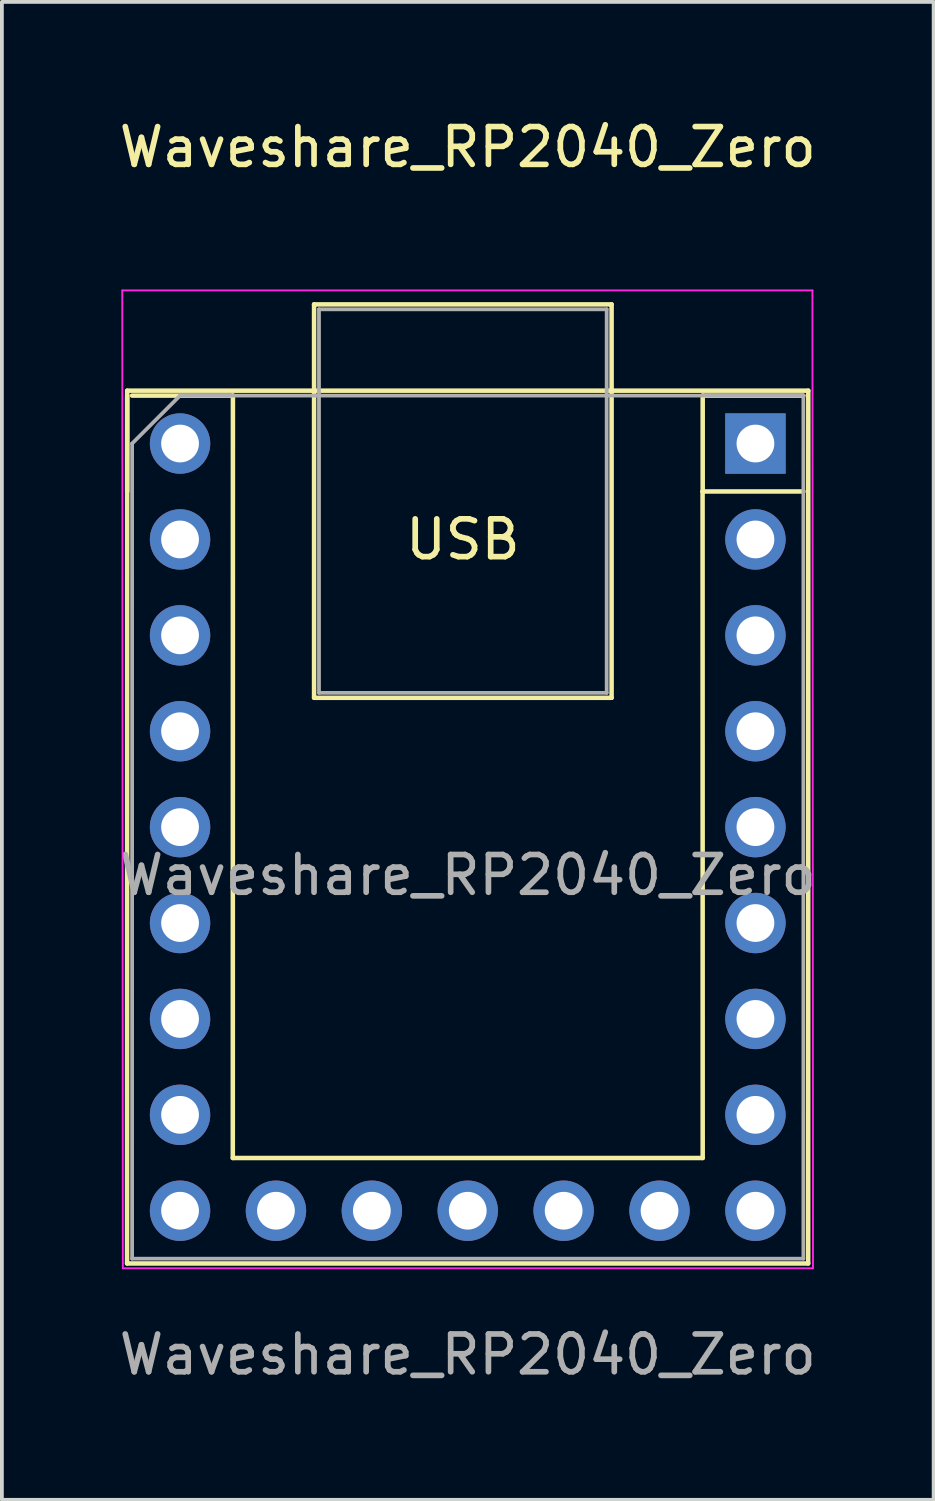
<source format=kicad_pcb>
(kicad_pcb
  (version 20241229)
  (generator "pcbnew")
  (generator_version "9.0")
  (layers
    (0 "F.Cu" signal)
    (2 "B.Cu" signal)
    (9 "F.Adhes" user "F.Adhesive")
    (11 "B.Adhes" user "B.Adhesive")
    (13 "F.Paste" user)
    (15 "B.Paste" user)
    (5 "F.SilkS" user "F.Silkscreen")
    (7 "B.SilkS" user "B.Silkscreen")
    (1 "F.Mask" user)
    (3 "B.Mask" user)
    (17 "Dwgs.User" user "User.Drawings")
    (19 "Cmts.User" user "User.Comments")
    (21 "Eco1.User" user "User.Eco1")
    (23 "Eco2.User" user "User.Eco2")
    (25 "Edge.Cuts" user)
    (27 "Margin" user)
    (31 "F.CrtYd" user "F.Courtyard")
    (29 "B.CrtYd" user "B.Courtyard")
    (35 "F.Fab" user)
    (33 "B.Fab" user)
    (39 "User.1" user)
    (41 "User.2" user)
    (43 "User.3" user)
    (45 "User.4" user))
  (footprint "Waveshare_RP2040_Zero"
    (layer "F.Cu")
    (at 9.339 29.018)
    (property "Reference" "Waveshare_RP2040_Zero" (at 0 -28.17 0) (unlocked yes) (layer "F.SilkS") (effects (font (size 1 1) (thickness 0.15))))
    (attr smd)
    (fp_line (start -9.023 1.397) (end 9.017 1.397) (stroke (width 0.12) (type solid)) (layer "F.SilkS"))
    (fp_line (start -9.02 -21.72) (end -9.02 -19.05) (stroke (width 0.12) (type solid)) (layer "F.SilkS"))
    (fp_line (start -9.02 -21.59) (end -9.023 1.397) (stroke (width 0.12) (type solid)) (layer "F.SilkS"))
    (fp_line (start -8.89 -21.59) (end -6.22 -21.59) (stroke (width 0.12) (type solid)) (layer "F.SilkS"))
    (fp_line (start -6.223 -1.397) (end 6.223 -1.397) (stroke (width 0.12) (type solid)) (layer "F.SilkS"))
    (fp_line (start -6.22 -21.59) (end -6.223 -1.397) (stroke (width 0.12) (type solid)) (layer "F.SilkS"))
    (fp_line (start -4.07 -24.006) (end 3.81 -24.006) (stroke (width 0.12) (type solid)) (layer "F.SilkS"))
    (fp_line (start -4.07 -13.586) (end -4.07 -24.006) (stroke (width 0.12) (type solid)) (layer "F.SilkS"))
    (fp_line (start 3.81 -24.006) (end 3.81 -13.586) (stroke (width 0.12) (type solid)) (layer "F.SilkS"))
    (fp_line (start 3.81 -13.586) (end -4.07 -13.586) (stroke (width 0.12) (type solid)) (layer "F.SilkS"))
    (fp_line (start 6.22 -19.05) (end 6.223 -1.397) (stroke (width 0.12) (type solid)) (layer "F.SilkS"))
    (fp_line (start 6.223 -19.05) (end 6.223 -21.59) (stroke (width 0.12) (type solid)) (layer "F.SilkS"))
    (fp_line (start 8.89 -21.59) (end 6.22 -21.59) (stroke (width 0.12) (type solid)) (layer "F.SilkS"))
    (fp_line (start 8.89 -19.05) (end 6.22 -19.05) (stroke (width 0.12) (type solid)) (layer "F.SilkS"))
    (fp_line (start 9.017 1.397) (end 9.02 -21.72) (stroke (width 0.12) (type solid)) (layer "F.SilkS"))
    (fp_line (start 9.02 -21.72) (end -9.02 -21.72) (stroke (width 0.12) (type solid)) (layer "F.SilkS"))
    (fp_line (start -9.15 -24.376) (end -9.136 1.524) (stroke (width 0.05) (type solid)) (layer "F.CrtYd"))
    (fp_line (start -9.15 -24.376) (end 9.13 -24.376) (stroke (width 0.05) (type solid)) (layer "F.CrtYd"))
    (fp_line (start 9.144 1.524) (end -9.136 1.524) (stroke (width 0.05) (type solid)) (layer "F.CrtYd"))
    (fp_line (start 9.144 1.524) (end 9.13 -24.376) (stroke (width 0.05) (type solid)) (layer "F.CrtYd"))
    (fp_line (start -8.89 -20.32) (end -7.62 -21.59) (stroke (width 0.1) (type solid)) (layer "F.Fab"))
    (fp_line (start -8.89 1.27) (end -8.89 -20.32) (stroke (width 0.1) (type solid)) (layer "F.Fab"))
    (fp_line (start -7.62 -21.59) (end 8.89 -21.59) (stroke (width 0.1) (type solid)) (layer "F.Fab"))
    (fp_line (start -3.94 -23.876) (end 3.68 -23.876) (stroke (width 0.1) (type solid)) (layer "F.Fab"))
    (fp_line (start -3.94 -13.716) (end -3.94 -23.876) (stroke (width 0.1) (type solid)) (layer "F.Fab"))
    (fp_line (start 3.68 -23.876) (end 3.68 -13.716) (stroke (width 0.1) (type solid)) (layer "F.Fab"))
    (fp_line (start 3.68 -13.716) (end -3.94 -13.716) (stroke (width 0.1) (type solid)) (layer "F.Fab"))
    (fp_line (start 8.89 -21.59) (end 8.89 1.27) (stroke (width 0.1) (type solid)) (layer "F.Fab"))
    (fp_line (start 8.89 1.27) (end -8.89 1.27) (stroke (width 0.1) (type solid)) (layer "F.Fab"))
    (fp_text user "USB" (at -0.13 -17.78 0) (unlocked yes) (layer "F.SilkS") (effects (font (size 1 1) (thickness 0.15))))
    (fp_text user "${REFERENCE}" (at 0 3.81 0) (unlocked yes) (layer "F.Fab") (effects (font (size 1 1) (thickness 0.15))))
    (fp_text user "${REFERENCE}" (at 0 -8.89 180) (layer "F.Fab") (effects (font (size 1 1) (thickness 0.15))))
    (pad "1" thru_hole rect (at 7.62 -20.32) (size 1.6 1.6) (drill 1) (layers "*.Cu" "*.Mask"))
    (pad "2" thru_hole oval (at 7.62 -17.78) (size 1.6 1.6) (drill 1) (layers "*.Cu" "*.Mask"))
    (pad "4" thru_hole oval (at 7.62 -15.24) (size 1.6 1.6) (drill 1) (layers "*.Cu" "*.Mask"))
    (pad "5" thru_hole oval (at 7.62 -12.7) (size 1.6 1.6) (drill 1) (layers "*.Cu" "*.Mask"))
    (pad "6" thru_hole oval (at 7.62 -10.16) (size 1.6 1.6) (drill 1) (layers "*.Cu" "*.Mask"))
    (pad "7" thru_hole oval (at 7.62 -7.62) (size 1.6 1.6) (drill 1) (layers "*.Cu" "*.Mask"))
    (pad "9" thru_hole oval (at 7.62 -5.08) (size 1.6 1.6) (drill 1) (layers "*.Cu" "*.Mask"))
    (pad "10" thru_hole oval (at 7.62 -2.54) (size 1.6 1.6) (drill 1) (layers "*.Cu" "*.Mask"))
    (pad "11" thru_hole oval (at 7.62 0) (size 1.6 1.6) (drill 1) (layers "*.Cu" "*.Mask"))
    (pad "12" thru_hole oval (at 5.08 0 90) (size 1.6 1.6) (drill 1) (layers "*.Cu" "*.Mask"))
    (pad "14" thru_hole oval (at 2.54 0 90) (size 1.6 1.6) (drill 1) (layers "*.Cu" "*.Mask"))
    (pad "15" thru_hole oval (at 0 0 90) (size 1.6 1.6) (drill 1) (layers "*.Cu" "*.Mask"))
    (pad "16" thru_hole oval (at -2.54 0 90) (size 1.6 1.6) (drill 1) (layers "*.Cu" "*.Mask"))
    (pad "17" thru_hole oval (at -5.08 0 90) (size 1.6 1.6) (drill 1) (layers "*.Cu" "*.Mask"))
    (pad "19" thru_hole oval (at -7.62 0) (size 1.6 1.6) (drill 1) (layers "*.Cu" "*.Mask"))
    (pad "20" thru_hole oval (at -7.62 -2.54) (size 1.6 1.6) (drill 1) (layers "*.Cu" "*.Mask"))
    (pad "31" thru_hole oval (at -7.62 -5.08) (size 1.6 1.6) (drill 1) (layers "*.Cu" "*.Mask"))
    (pad "32" thru_hole oval (at -7.62 -7.62) (size 1.6 1.6) (drill 1) (layers "*.Cu" "*.Mask"))
    (pad "34" thru_hole oval (at -7.62 -10.16) (size 1.6 1.6) (drill 1) (layers "*.Cu" "*.Mask"))
    (pad "35" thru_hole oval (at -7.62 -12.7) (size 1.6 1.6) (drill 1) (layers "*.Cu" "*.Mask"))
    (pad "37" thru_hole oval (at -7.62 -15.24) (size 1.6 1.6) (drill 1) (layers "*.Cu" "*.Mask"))
    (pad "38" thru_hole oval (at -7.62 -17.78) (size 1.6 1.6) (drill 1) (layers "*.Cu" "*.Mask"))
    (pad "39" thru_hole oval (at -7.62 -20.32) (size 1.6 1.6) (drill 1) (layers "*.Cu" "*.Mask")))
  (gr_rect
    (start -3 -3)
    (end 21.679 36.676)
    (stroke (width 0.1) (type default))
    (fill no)
    (layer "Edge.Cuts")))
</source>
